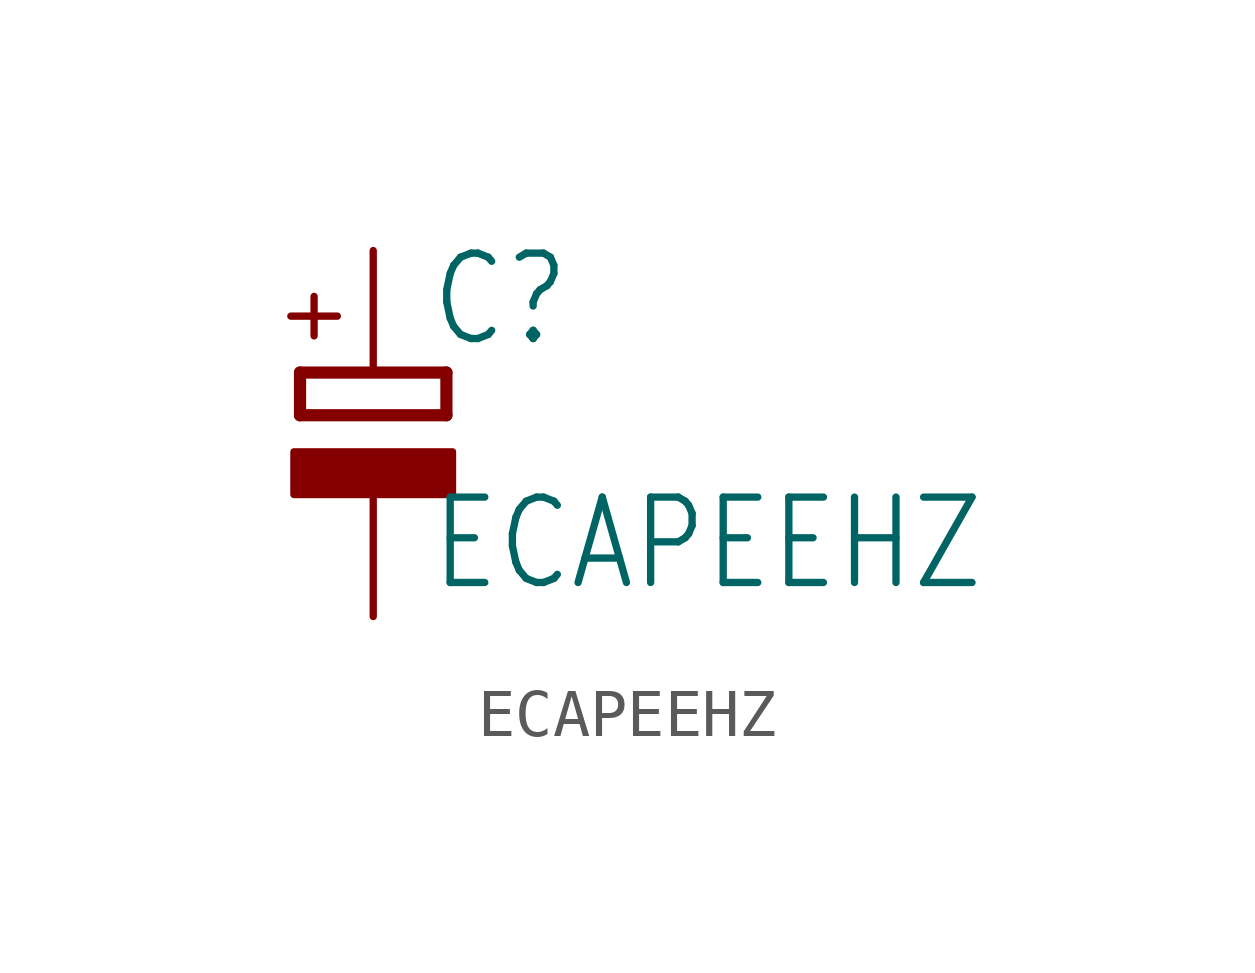
<source format=kicad_sym>
(kicad_symbol_lib
  (version 20211014)
  (generator kicad_symbol_editor)
  (symbol "ECAPEEHZ"
    (property "Reference" "C"
      (at 1.143 0.483 0)
      (effects (font (size 1.778 1.511)) (justify left bottom)))
    (property "Value" "ECAPEEHZ"
      (at 1.143 -4.597 0)
      (effects (font (size 1.778 1.511)) (justify left bottom)))
    (property "ki_locked" ""
      (at 0 0 0)
      (effects (font (size 1.27 1.27))))
    (symbol "ECAPEEHZ_1_0"
      (rectangle (start -1.651 -2.54) (end 1.651 -1.651) (stroke (width 0) (type default) (color 0 0 0 0)) (fill (type outline)))
      (polyline (pts (xy -1.524 -0.889) (xy 1.524 -0.889)) (stroke (width 0.254) (type default) (color 0 0 0 0)) (fill (type none)))
      (polyline (pts (xy -1.524 0) (xy -1.524 -0.889)) (stroke (width 0.254) (type default) (color 0 0 0 0)) (fill (type none)))
      (polyline (pts (xy -1.524 0) (xy 1.524 0)) (stroke (width 0.254) (type default) (color 0 0 0 0)) (fill (type none)))
      (polyline (pts (xy 1.524 -0.889) (xy 1.524 0)) (stroke (width 0.254) (type default) (color 0 0 0 0)) (fill (type none)))
      (text "+" (at -0.584 0.406 900) (effects (font (size 1.27 1.079)) (justify left bottom)))
      (pin passive line (at 0 2.54 270) (length 2.54) (name "+" (effects (font (size 0 0)))) (number "1" (effects (font (size 0 0)))))
      (pin passive line (at 0 -5.08 90) (length 2.54) (name "-" (effects (font (size 0 0)))) (number "2" (effects (font (size 0 0))))))))
</source>
